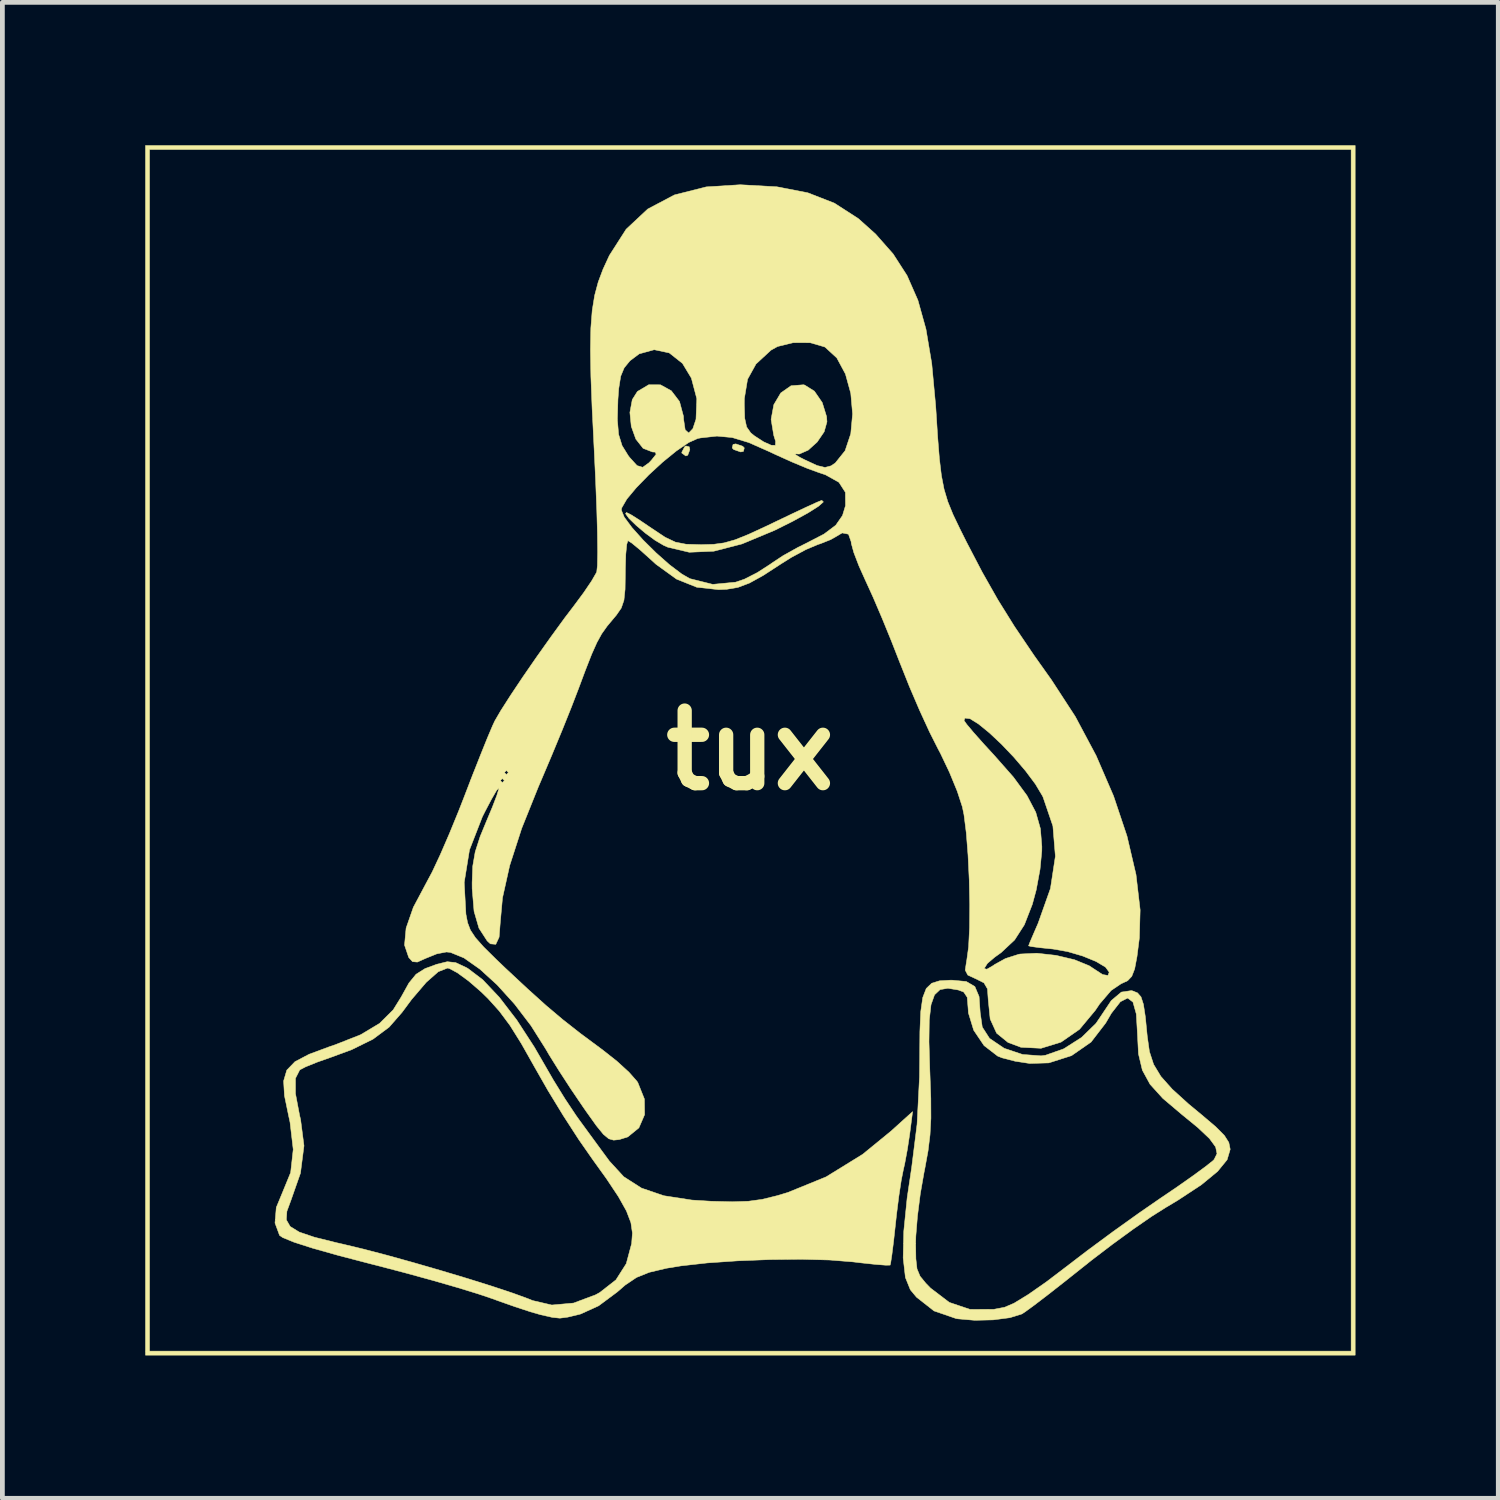
<source format=kicad_pcb>
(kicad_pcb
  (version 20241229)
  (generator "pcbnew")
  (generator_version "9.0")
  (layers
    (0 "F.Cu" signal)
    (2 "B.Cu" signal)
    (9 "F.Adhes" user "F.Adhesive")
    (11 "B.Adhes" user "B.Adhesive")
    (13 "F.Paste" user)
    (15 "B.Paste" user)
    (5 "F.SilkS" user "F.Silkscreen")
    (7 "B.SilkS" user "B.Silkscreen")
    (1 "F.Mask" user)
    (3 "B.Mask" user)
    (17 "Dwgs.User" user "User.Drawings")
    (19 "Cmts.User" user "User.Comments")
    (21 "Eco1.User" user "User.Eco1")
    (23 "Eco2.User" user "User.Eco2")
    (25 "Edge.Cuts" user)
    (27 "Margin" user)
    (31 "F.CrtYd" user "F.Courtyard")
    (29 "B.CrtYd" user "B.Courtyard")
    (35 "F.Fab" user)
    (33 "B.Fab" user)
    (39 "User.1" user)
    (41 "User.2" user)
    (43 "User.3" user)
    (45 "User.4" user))
  (footprint "tux"
    (layer "F.Cu")
    (at 12.705 12.705)
    (property "Reference" "tux" (at 0 0 0) (layer "F.SilkS") (effects (font (size 1.524 1.524) (thickness 0.3))))
    (attr through_hole)
    (fp_poly (pts (xy -1.282 -6.373) (xy -1.27 -6.313) (xy -1.314 -6.197) (xy -1.355 -6.181) (xy -1.437 -6.241) (xy -1.439 -6.26) (xy -1.378 -6.375) (xy -1.355 -6.392) (xy -1.282 -6.373)) (stroke (width 0.01) (type solid)) (fill yes) (layer "F.SilkS"))
    (fp_poly (pts (xy -0.16 -6.385) (xy -0.127 -6.35) (xy -0.145 -6.277) (xy -0.202 -6.265) (xy -0.348 -6.315) (xy -0.381 -6.35) (xy -0.363 -6.423) (xy -0.306 -6.435) (xy -0.16 -6.385)) (stroke (width 0.01) (type solid)) (fill yes) (layer "F.SilkS"))
    (fp_poly (pts (xy 12.7 12.7) (xy -12.7 12.7) (xy -12.7 -12.615) (xy -12.615 -12.615) (xy -12.615 12.615) (xy 12.615 12.615) (xy 12.615 -12.615) (xy -12.615 -12.615) (xy -12.7 -12.615) (xy -12.7 -12.7) (xy 12.7 -12.7) (xy 12.7 12.7)) (stroke (width 0.01) (type solid)) (fill yes) (layer "F.SilkS"))
    (fp_poly (pts (xy 1.534 -5.216) (xy 1.43 -5.124) (xy 1.209 -4.984) (xy 0.888 -4.808) (xy 0.509 -4.619) (xy -0.175 -4.334) (xy -0.767 -4.181) (xy -1.282 -4.159) (xy -1.732 -4.265) (xy -1.82 -4.304) (xy -2.001 -4.411) (xy -2.205 -4.561) (xy -2.398 -4.724) (xy -2.548 -4.87) (xy -2.62 -4.969) (xy -2.602 -4.995) (xy -2.51 -4.95) (xy -2.321 -4.831) (xy -2.075 -4.664) (xy -2.064 -4.657) (xy -1.789 -4.474) (xy -1.574 -4.372) (xy -1.35 -4.328) (xy -1.042 -4.319) (xy -1.023 -4.319) (xy -0.771 -4.326) (xy -0.551 -4.356) (xy -0.32 -4.421) (xy -0.037 -4.535) (xy 0.34 -4.709) (xy 0.496 -4.784) (xy 0.864 -4.96) (xy 1.174 -5.106) (xy 1.395 -5.207) (xy 1.499 -5.249) (xy 1.501 -5.249) (xy 1.534 -5.216)) (stroke (width 0.01) (type solid)) (fill yes) (layer "F.SilkS"))
    (fp_poly (pts (xy 4.534 4.854) (xy 4.714 4.959) (xy 4.803 5.17) (xy 4.826 5.502) (xy 4.87 5.811) (xy 5.018 6.041) (xy 5.027 6.051) (xy 5.331 6.257) (xy 5.717 6.386) (xy 6.105 6.415) (xy 6.199 6.402) (xy 6.581 6.267) (xy 6.956 6.028) (xy 7.258 5.733) (xy 7.354 5.591) (xy 7.579 5.254) (xy 7.791 5.076) (xy 8.001 5.045) (xy 8.026 5.051) (xy 8.13 5.093) (xy 8.203 5.177) (xy 8.254 5.333) (xy 8.294 5.594) (xy 8.333 5.991) (xy 8.335 6.009) (xy 8.38 6.326) (xy 8.468 6.595) (xy 8.621 6.848) (xy 8.858 7.114) (xy 9.202 7.426) (xy 9.469 7.647) (xy 9.769 7.901) (xy 9.953 8.086) (xy 10.047 8.234) (xy 10.075 8.372) (xy 10.075 8.382) (xy 10.011 8.597) (xy 9.812 8.841) (xy 9.471 9.122) (xy 8.98 9.445) (xy 8.729 9.595) (xy 8.428 9.785) (xy 8.039 10.054) (xy 7.603 10.372) (xy 7.161 10.709) (xy 6.964 10.866) (xy 6.584 11.168) (xy 6.242 11.436) (xy 5.962 11.65) (xy 5.769 11.791) (xy 5.701 11.835) (xy 5.45 11.913) (xy 5.099 11.959) (xy 4.713 11.968) (xy 4.358 11.937) (xy 4.318 11.93) (xy 3.857 11.771) (xy 3.489 11.482) (xy 3.36 11.327) (xy 3.256 11.069) (xy 3.209 10.657) (xy 3.216 10.35) (xy 3.471 10.35) (xy 3.476 10.677) (xy 3.5 10.889) (xy 3.564 11.042) (xy 3.685 11.19) (xy 3.783 11.291) (xy 4.178 11.592) (xy 4.614 11.739) (xy 5.113 11.737) (xy 5.339 11.694) (xy 5.537 11.609) (xy 5.836 11.426) (xy 6.212 11.164) (xy 6.609 10.862) (xy 7.077 10.504) (xy 7.617 10.105) (xy 8.161 9.716) (xy 8.604 9.41) (xy 8.978 9.156) (xy 9.306 8.925) (xy 9.561 8.738) (xy 9.713 8.617) (xy 9.738 8.592) (xy 9.799 8.469) (xy 9.77 8.328) (xy 9.64 8.151) (xy 9.393 7.918) (xy 9.053 7.64) (xy 8.66 7.307) (xy 8.393 7.012) (xy 8.231 6.715) (xy 8.15 6.374) (xy 8.128 5.948) (xy 8.128 5.945) (xy 8.104 5.535) (xy 8.034 5.286) (xy 7.922 5.201) (xy 7.77 5.279) (xy 7.581 5.521) (xy 7.461 5.727) (xy 7.154 6.126) (xy 6.744 6.411) (xy 6.267 6.563) (xy 5.867 6.575) (xy 5.561 6.528) (xy 5.287 6.457) (xy 5.193 6.42) (xy 4.908 6.2) (xy 4.69 5.877) (xy 4.579 5.514) (xy 4.572 5.408) (xy 4.554 5.186) (xy 4.48 5.075) (xy 4.367 5.032) (xy 4.148 4.996) (xy 3.984 5.024) (xy 3.868 5.133) (xy 3.794 5.341) (xy 3.757 5.665) (xy 3.751 6.121) (xy 3.769 6.727) (xy 3.771 6.773) (xy 3.79 7.307) (xy 3.792 7.723) (xy 3.773 8.073) (xy 3.732 8.409) (xy 3.664 8.782) (xy 3.648 8.861) (xy 3.569 9.311) (xy 3.509 9.784) (xy 3.475 10.203) (xy 3.471 10.35) (xy 3.216 10.35) (xy 3.222 10.097) (xy 3.293 9.394) (xy 3.388 8.755) (xy 3.501 7.851) (xy 3.552 6.859) (xy 3.556 6.475) (xy 3.56 5.907) (xy 3.578 5.487) (xy 3.62 5.192) (xy 3.694 5) (xy 3.809 4.89) (xy 3.974 4.839) (xy 4.199 4.826) (xy 4.235 4.826) (xy 4.534 4.854)) (stroke (width 0.01) (type solid)) (fill yes) (layer "F.SilkS"))
    (fp_poly (pts (xy -6.187 4.457) (xy -5.968 4.559) (xy -5.932 4.579) (xy -5.621 4.815) (xy -5.271 5.185) (xy -4.904 5.663) (xy -4.539 6.225) (xy -4.363 6.529) (xy -4.138 6.919) (xy -3.889 7.322) (xy -3.66 7.666) (xy -3.595 7.757) (xy -3.364 8.073) (xy -3.127 8.397) (xy -2.96 8.624) (xy -2.658 8.953) (xy -2.285 9.192) (xy -1.816 9.352) (xy -1.227 9.443) (xy -0.824 9.468) (xy -0.379 9.479) (xy -0.042 9.468) (xy 0.25 9.428) (xy 0.559 9.352) (xy 0.789 9.283) (xy 1.591 8.956) (xy 2.359 8.482) (xy 2.952 7.997) (xy 3.407 7.586) (xy 3.348 8.047) (xy 3.298 8.376) (xy 3.24 8.689) (xy 3.212 8.811) (xy 3.169 9.028) (xy 3.119 9.358) (xy 3.07 9.746) (xy 3.048 9.947) (xy 3.009 10.303) (xy 2.973 10.589) (xy 2.946 10.768) (xy 2.935 10.809) (xy 2.846 10.811) (xy 2.627 10.794) (xy 2.319 10.761) (xy 2.153 10.741) (xy 1.668 10.702) (xy 1.07 10.686) (xy 0.409 10.693) (xy -0.265 10.719) (xy -0.904 10.763) (xy -1.457 10.825) (xy -1.762 10.875) (xy -2.124 10.961) (xy -2.388 11.067) (xy -2.626 11.227) (xy -2.796 11.374) (xy -3.186 11.664) (xy -3.562 11.835) (xy -3.591 11.843) (xy -3.837 11.902) (xy -3.999 11.923) (xy -4.159 11.906) (xy -4.398 11.852) (xy -4.403 11.851) (xy -4.618 11.789) (xy -4.935 11.685) (xy -5.296 11.558) (xy -5.419 11.513) (xy -5.722 11.411) (xy -6.153 11.279) (xy -6.673 11.129) (xy -7.245 10.972) (xy -7.832 10.818) (xy -7.959 10.786) (xy -8.649 10.606) (xy -9.192 10.453) (xy -9.584 10.327) (xy -9.818 10.231) (xy -9.885 10.185) (xy -9.981 9.924) (xy -9.975 9.857) (xy -9.743 9.857) (xy -9.662 9.998) (xy -9.472 10.115) (xy -9.154 10.223) (xy -8.691 10.338) (xy -8.551 10.37) (xy -8.134 10.47) (xy -7.629 10.602) (xy -7.071 10.757) (xy -6.494 10.924) (xy -5.931 11.093) (xy -5.415 11.255) (xy -4.982 11.399) (xy -4.665 11.515) (xy -4.572 11.553) (xy -4.168 11.647) (xy -3.713 11.606) (xy -3.25 11.433) (xy -3.161 11.384) (xy -2.822 11.119) (xy -2.605 10.778) (xy -2.492 10.355) (xy -2.476 10.136) (xy -2.508 9.917) (xy -2.602 9.671) (xy -2.77 9.371) (xy -3.023 8.991) (xy -3.312 8.589) (xy -3.602 8.173) (xy -3.928 7.669) (xy -4.25 7.141) (xy -4.528 6.654) (xy -4.808 6.158) (xy -5.046 5.777) (xy -5.271 5.475) (xy -5.508 5.212) (xy -5.653 5.071) (xy -5.916 4.843) (xy -6.153 4.67) (xy -6.324 4.579) (xy -6.36 4.572) (xy -6.552 4.648) (xy -6.805 4.871) (xy -7.114 5.233) (xy -7.314 5.503) (xy -7.584 5.812) (xy -7.924 6.065) (xy -8.37 6.285) (xy -8.805 6.445) (xy -9.1 6.549) (xy -9.337 6.645) (xy -9.461 6.71) (xy -9.551 6.887) (xy -9.551 7.207) (xy -9.463 7.671) (xy -9.444 7.748) (xy -9.372 8.303) (xy -9.446 8.878) (xy -9.645 9.445) (xy -9.731 9.678) (xy -9.743 9.857) (xy -9.975 9.857) (xy -9.954 9.599) (xy -9.829 9.297) (xy -9.652 8.865) (xy -9.598 8.38) (xy -9.665 7.81) (xy -9.697 7.663) (xy -9.782 7.25) (xy -9.8 6.943) (xy -9.733 6.715) (xy -9.561 6.537) (xy -9.266 6.382) (xy -8.83 6.22) (xy -8.717 6.182) (xy -8.182 5.971) (xy -7.786 5.734) (xy -7.499 5.449) (xy -7.332 5.18) (xy -7.169 4.886) (xy -7.019 4.702) (xy -6.831 4.583) (xy -6.584 4.492) (xy -6.364 4.438) (xy -6.187 4.457)) (stroke (width 0.01) (type solid)) (fill yes) (layer "F.SilkS"))
    (fp_poly (pts (xy 0.558 -11.833) (xy 1.207 -11.707) (xy 1.766 -11.489) (xy 2.268 -11.165) (xy 2.63 -10.841) (xy 2.998 -10.424) (xy 3.291 -9.969) (xy 3.519 -9.45) (xy 3.688 -8.843) (xy 3.809 -8.123) (xy 3.889 -7.264) (xy 3.897 -7.154) (xy 3.934 -6.571) (xy 3.97 -6.121) (xy 4.012 -5.77) (xy 4.068 -5.482) (xy 4.146 -5.222) (xy 4.255 -4.954) (xy 4.403 -4.645) (xy 4.538 -4.375) (xy 4.87 -3.739) (xy 5.196 -3.164) (xy 5.547 -2.6) (xy 5.954 -1.998) (xy 6.324 -1.477) (xy 6.824 -0.708) (xy 7.262 0.114) (xy 7.627 0.96) (xy 7.909 1.801) (xy 8.098 2.608) (xy 8.185 3.352) (xy 8.169 3.937) (xy 8.119 4.33) (xy 8.07 4.589) (xy 8.009 4.746) (xy 7.923 4.837) (xy 7.799 4.895) (xy 7.791 4.897) (xy 7.576 5.042) (xy 7.334 5.325) (xy 7.244 5.459) (xy 6.912 5.858) (xy 6.524 6.127) (xy 6.105 6.256) (xy 5.682 6.235) (xy 5.411 6.134) (xy 5.171 5.939) (xy 5.036 5.642) (xy 4.995 5.236) (xy 4.979 5.008) (xy 4.906 4.883) (xy 4.737 4.798) (xy 4.736 4.798) (xy 4.566 4.719) (xy 4.512 4.615) (xy 4.541 4.422) (xy 4.545 4.403) (xy 4.583 4.126) (xy 4.603 3.724) (xy 4.607 3.24) (xy 4.596 2.718) (xy 4.571 2.2) (xy 4.534 1.731) (xy 4.486 1.352) (xy 4.452 1.187) (xy 4.345 0.86) (xy 4.181 0.461) (xy 3.992 0.064) (xy 3.942 -0.03) (xy 3.763 -0.385) (xy 3.652 -0.627) (xy 4.487 -0.627) (xy 4.542 -0.548) (xy 4.688 -0.374) (xy 4.904 -0.131) (xy 5.121 0.105) (xy 5.524 0.562) (xy 5.809 0.95) (xy 5.993 1.3) (xy 6.091 1.646) (xy 6.121 2.02) (xy 6.12 2.113) (xy 6.083 2.498) (xy 6.003 2.931) (xy 5.921 3.234) (xy 5.754 3.663) (xy 5.549 3.982) (xy 5.266 4.247) (xy 5.132 4.343) (xy 4.978 4.474) (xy 4.911 4.58) (xy 4.911 4.582) (xy 4.967 4.596) (xy 5.103 4.517) (xy 5.125 4.5) (xy 5.356 4.372) (xy 5.637 4.282) (xy 5.666 4.277) (xy 6.016 4.26) (xy 6.419 4.305) (xy 6.807 4.397) (xy 7.115 4.523) (xy 7.183 4.568) (xy 7.397 4.708) (xy 7.51 4.727) (xy 7.535 4.658) (xy 7.459 4.553) (xy 7.26 4.434) (xy 6.979 4.319) (xy 6.662 4.226) (xy 6.349 4.171) (xy 6.335 4.17) (xy 6.072 4.143) (xy 5.893 4.119) (xy 5.842 4.105) (xy 5.873 4.024) (xy 5.955 3.833) (xy 6.043 3.63) (xy 6.302 2.9) (xy 6.405 2.224) (xy 6.353 1.589) (xy 6.146 0.982) (xy 6.134 0.957) (xy 5.986 0.709) (xy 5.779 0.432) (xy 5.534 0.145) (xy 5.273 -0.129) (xy 5.017 -0.369) (xy 4.79 -0.554) (xy 4.613 -0.664) (xy 4.507 -0.677) (xy 4.487 -0.627) (xy 3.652 -0.627) (xy 3.554 -0.84) (xy 3.341 -1.337) (xy 3.149 -1.819) (xy 3.148 -1.82) (xy 2.963 -2.293) (xy 2.766 -2.775) (xy 2.58 -3.21) (xy 2.428 -3.544) (xy 2.423 -3.554) (xy 2.28 -3.873) (xy 2.172 -4.155) (xy 2.119 -4.349) (xy 2.117 -4.379) (xy 2.061 -4.538) (xy 1.928 -4.565) (xy 1.816 -4.498) (xy 1.688 -4.425) (xy 1.472 -4.339) (xy 1.416 -4.321) (xy 1.166 -4.215) (xy 0.861 -4.051) (xy 0.654 -3.921) (xy 0.272 -3.673) (xy -0.019 -3.512) (xy -0.261 -3.421) (xy -0.498 -3.381) (xy -0.666 -3.374) (xy -1.126 -3.425) (xy -1.551 -3.596) (xy -1.981 -3.907) (xy -2.102 -4.017) (xy -2.319 -4.212) (xy -2.488 -4.351) (xy -2.57 -4.403) (xy -2.595 -4.325) (xy -2.615 -4.118) (xy -2.624 -3.821) (xy -2.625 -3.728) (xy -2.63 -3.381) (xy -2.654 -3.151) (xy -2.71 -2.988) (xy -2.812 -2.84) (xy -2.866 -2.776) (xy -3.007 -2.607) (xy -3.12 -2.448) (xy -3.222 -2.263) (xy -3.332 -2.017) (xy -3.466 -1.675) (xy -3.604 -1.305) (xy -3.755 -0.912) (xy -3.952 -0.421) (xy -4.173 0.113) (xy -4.394 0.634) (xy -4.449 0.762) (xy -4.8 1.636) (xy -5.053 2.419) (xy -5.204 3.098) (xy -5.251 3.616) (xy -5.275 3.923) (xy -5.345 4.073) (xy -5.458 4.063) (xy -5.525 4.002) (xy -5.698 3.735) (xy -5.801 3.38) (xy -5.841 2.903) (xy -5.842 2.78) (xy -5.829 2.433) (xy -5.777 2.132) (xy -5.672 1.807) (xy -5.546 1.501) (xy -5.417 1.193) (xy -5.324 0.95) (xy -5.28 0.808) (xy -5.28 0.787) (xy -5.329 0.843) (xy -5.431 1.019) (xy -5.569 1.281) (xy -5.627 1.396) (xy -5.897 2.09) (xy -6.008 2.775) (xy -5.972 3.439) (xy -5.937 3.619) (xy -5.878 3.774) (xy -5.773 3.933) (xy -5.6 4.128) (xy -5.336 4.389) (xy -5.136 4.58) (xy -4.676 5.009) (xy -4.292 5.355) (xy -3.938 5.654) (xy -3.57 5.943) (xy -3.144 6.259) (xy -3.092 6.298) (xy -2.802 6.527) (xy -2.549 6.758) (xy -2.382 6.947) (xy -2.363 6.975) (xy -2.224 7.322) (xy -2.22 7.65) (xy -2.34 7.927) (xy -2.573 8.117) (xy -2.752 8.173) (xy -2.87 8.185) (xy -2.973 8.156) (xy -3.085 8.063) (xy -3.232 7.883) (xy -3.439 7.593) (xy -3.521 7.475) (xy -3.771 7.106) (xy -4.016 6.729) (xy -4.22 6.402) (xy -4.3 6.265) (xy -4.604 5.783) (xy -4.951 5.328) (xy -5.317 4.924) (xy -5.679 4.594) (xy -6.013 4.359) (xy -6.297 4.243) (xy -6.381 4.234) (xy -6.583 4.273) (xy -6.813 4.366) (xy -6.992 4.446) (xy -7.093 4.437) (xy -7.173 4.349) (xy -7.261 4.089) (xy -7.228 3.733) (xy -7.076 3.296) (xy -6.81 2.796) (xy -6.809 2.794) (xy -6.68 2.553) (xy -6.511 2.192) (xy -6.32 1.751) (xy -6.123 1.27) (xy -6.015 0.994) (xy -5.877 0.635) (xy -5.249 0.635) (xy -5.207 0.677) (xy -5.165 0.635) (xy -5.207 0.593) (xy -5.249 0.635) (xy -5.877 0.635) (xy -5.836 0.528) (xy -5.811 0.466) (xy -5.165 0.466) (xy -5.122 0.508) (xy -5.08 0.466) (xy -5.122 0.423) (xy -5.165 0.466) (xy -5.811 0.466) (xy -5.666 0.099) (xy -5.521 -0.261) (xy -5.412 -0.518) (xy -5.367 -0.615) (xy -5.241 -0.832) (xy -5.037 -1.151) (xy -4.778 -1.539) (xy -4.486 -1.962) (xy -4.184 -2.387) (xy -3.897 -2.781) (xy -3.709 -3.028) (xy -3.502 -3.307) (xy -3.333 -3.556) (xy -3.233 -3.73) (xy -3.225 -3.748) (xy -3.211 -3.882) (xy -3.206 -4.164) (xy -3.211 -4.571) (xy -3.224 -5.045) (xy -2.709 -5.045) (xy -2.648 -4.897) (xy -2.484 -4.676) (xy -2.25 -4.415) (xy -1.976 -4.144) (xy -1.696 -3.896) (xy -1.439 -3.702) (xy -1.27 -3.605) (xy -0.789 -3.485) (xy -0.308 -3.531) (xy -0.124 -3.594) (xy 0.148 -3.733) (xy 0.421 -3.909) (xy 0.445 -3.927) (xy 0.685 -4.086) (xy 0.993 -4.258) (xy 1.168 -4.345) (xy 1.547 -4.541) (xy 1.793 -4.726) (xy 1.935 -4.93) (xy 1.998 -5.137) (xy 1.996 -5.417) (xy 1.86 -5.628) (xy 1.577 -5.786) (xy 1.436 -5.833) (xy 1.202 -5.918) (xy 0.876 -6.054) (xy 0.517 -6.216) (xy 0.405 -6.269) (xy -0.031 -6.462) (xy -0.381 -6.568) (xy -0.701 -6.598) (xy -1.044 -6.56) (xy -1.105 -6.548) (xy -1.295 -6.463) (xy -1.551 -6.288) (xy -1.841 -6.052) (xy -2.132 -5.784) (xy -2.394 -5.515) (xy -2.594 -5.275) (xy -2.7 -5.092) (xy -2.709 -5.045) (xy -3.224 -5.045) (xy -3.226 -5.083) (xy -3.249 -5.678) (xy -3.28 -6.334) (xy -3.281 -6.35) (xy -3.31 -6.941) (xy -2.792 -6.941) (xy -2.766 -6.634) (xy -2.693 -6.398) (xy -2.562 -6.186) (xy -2.536 -6.152) (xy -2.379 -5.979) (xy -2.26 -5.943) (xy -2.127 -6.039) (xy -2.074 -6.096) (xy -1.977 -6.218) (xy -1.999 -6.262) (xy -2.055 -6.265) (xy -2.251 -6.341) (xy -2.404 -6.535) (xy -2.5 -6.802) (xy -2.529 -7.094) (xy -2.479 -7.364) (xy -2.371 -7.535) (xy -2.134 -7.676) (xy -1.886 -7.675) (xy -1.659 -7.55) (xy -1.487 -7.324) (xy -1.404 -7.015) (xy -1.401 -6.951) (xy -1.368 -6.73) (xy -1.294 -6.664) (xy -1.207 -6.754) (xy -1.141 -6.952) (xy -1.128 -7.27) (xy -0.127 -7.27) (xy -0.118 -6.973) (xy -0.078 -6.79) (xy 0.009 -6.666) (xy 0.085 -6.604) (xy 0.281 -6.477) (xy 0.437 -6.407) (xy 0.526 -6.404) (xy 0.53 -6.491) (xy 0.491 -6.616) (xy 0.436 -6.95) (xy 0.493 -7.258) (xy 0.639 -7.504) (xy 0.854 -7.655) (xy 1.116 -7.676) (xy 1.141 -7.67) (xy 1.345 -7.542) (xy 1.51 -7.302) (xy 1.601 -7.008) (xy 1.609 -6.898) (xy 1.55 -6.688) (xy 1.404 -6.474) (xy 1.215 -6.303) (xy 1.028 -6.221) (xy 0.959 -6.225) (xy 0.932 -6.219) (xy 1.035 -6.155) (xy 1.143 -6.1) (xy 1.402 -5.98) (xy 1.568 -5.94) (xy 1.696 -5.974) (xy 1.785 -6.035) (xy 1.99 -6.291) (xy 2.109 -6.648) (xy 2.147 -7.063) (xy 2.109 -7.496) (xy 1.997 -7.902) (xy 1.816 -8.239) (xy 1.57 -8.465) (xy 1.559 -8.471) (xy 1.256 -8.559) (xy 0.9 -8.56) (xy 0.571 -8.479) (xy 0.433 -8.402) (xy 0.119 -8.112) (xy -0.058 -7.792) (xy -0.125 -7.388) (xy -0.127 -7.27) (xy -1.128 -7.27) (xy -1.124 -7.383) (xy -1.238 -7.815) (xy -1.425 -8.125) (xy -1.703 -8.345) (xy -2.018 -8.412) (xy -2.334 -8.325) (xy -2.527 -8.18) (xy -2.649 -8.031) (xy -2.722 -7.855) (xy -2.763 -7.597) (xy -2.78 -7.368) (xy -2.792 -6.941) (xy -3.31 -6.941) (xy -3.322 -7.176) (xy -3.348 -7.856) (xy -3.357 -8.411) (xy -3.349 -8.864) (xy -3.32 -9.238) (xy -3.269 -9.553) (xy -3.194 -9.833) (xy -3.094 -10.1) (xy -2.967 -10.376) (xy -2.962 -10.388) (xy -2.607 -10.943) (xy -2.153 -11.367) (xy -1.594 -11.662) (xy -0.926 -11.831) (xy -0.212 -11.876) (xy 0.558 -11.833)) (stroke (width 0.01) (type solid)) (fill yes) (layer "F.SilkS")))
  (gr_rect
    (start -3 -3)
    (end 28.41 28.41)
    (stroke (width 0.1) (type default))
    (fill no)
    (layer "Edge.Cuts")))
</source>
